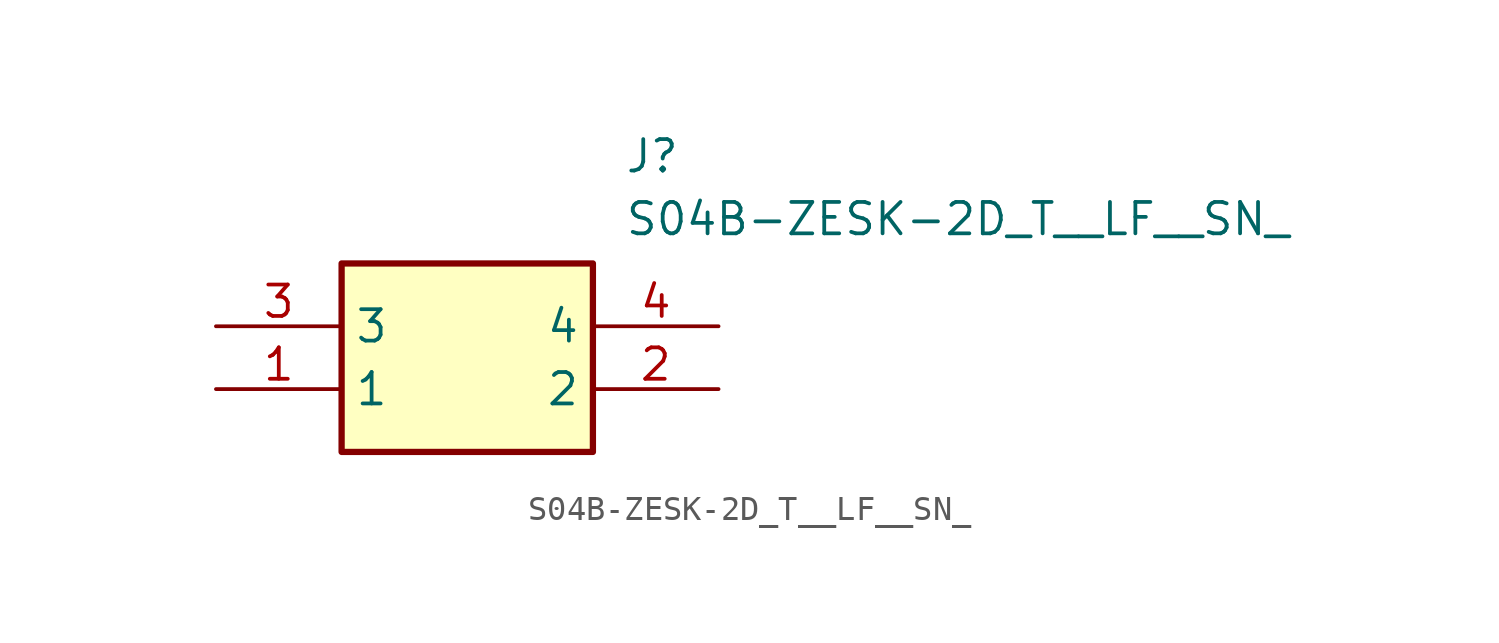
<source format=kicad_sym>
(kicad_symbol_lib
  (version 20211014)
  (generator SamacSys_ECAD_Model)
  (symbol "S04B-ZESK-2D_T__LF__SN_"
    (property "Reference" "J"
      (at 16.51 7.62 0)
      (effects (font (size 1.27 1.27)) (justify left top)))
    (property "Value" "S04B-ZESK-2D_T__LF__SN_"
      (at 16.51 5.08 0)
      (effects (font (size 1.27 1.27)) (justify left top)))
    (rectangle
      (start 5.08 2.54)
      (end 15.24 -5.08)
      (stroke (width 0.254) (type default))
      (fill (type background)))
    (pin passive line
      (at 0 -2.54 0)
      (length 5.08)
      (name "1" (effects (font (size 1.27 1.27))))
      (number "1" (effects (font (size 1.27 1.27)))))
    (pin passive line
      (at 20.32 -2.54 180)
      (length 5.08)
      (name "2" (effects (font (size 1.27 1.27))))
      (number "2" (effects (font (size 1.27 1.27)))))
    (pin passive line
      (at 0 0 0)
      (length 5.08)
      (name "3" (effects (font (size 1.27 1.27))))
      (number "3" (effects (font (size 1.27 1.27)))))
    (pin passive line
      (at 20.32 0 180)
      (length 5.08)
      (name "4" (effects (font (size 1.27 1.27))))
      (number "4" (effects (font (size 1.27 1.27)))))))
</source>
